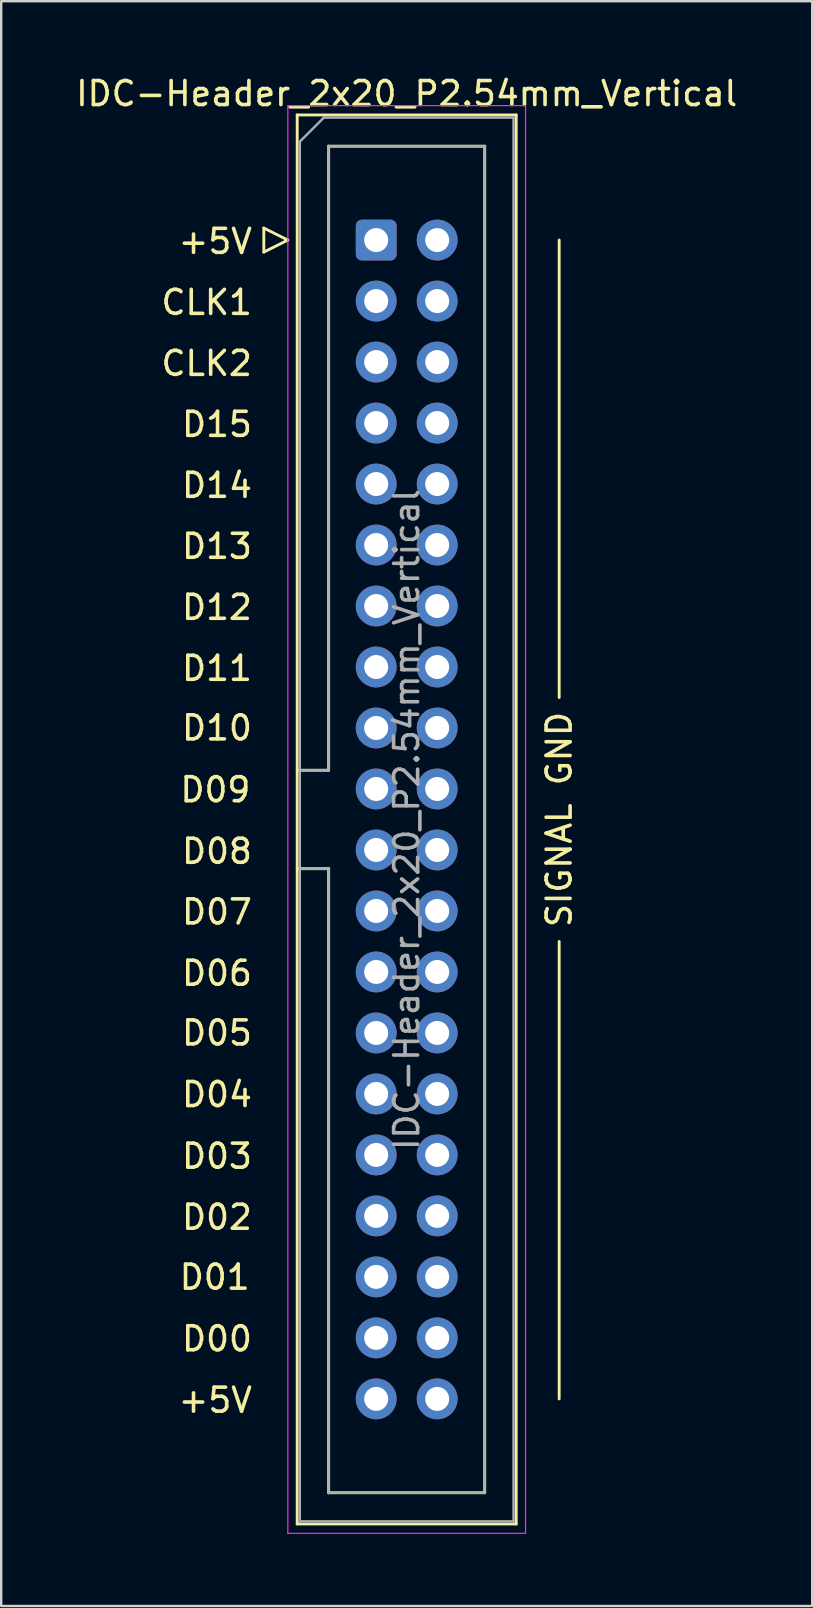
<source format=kicad_pcb>
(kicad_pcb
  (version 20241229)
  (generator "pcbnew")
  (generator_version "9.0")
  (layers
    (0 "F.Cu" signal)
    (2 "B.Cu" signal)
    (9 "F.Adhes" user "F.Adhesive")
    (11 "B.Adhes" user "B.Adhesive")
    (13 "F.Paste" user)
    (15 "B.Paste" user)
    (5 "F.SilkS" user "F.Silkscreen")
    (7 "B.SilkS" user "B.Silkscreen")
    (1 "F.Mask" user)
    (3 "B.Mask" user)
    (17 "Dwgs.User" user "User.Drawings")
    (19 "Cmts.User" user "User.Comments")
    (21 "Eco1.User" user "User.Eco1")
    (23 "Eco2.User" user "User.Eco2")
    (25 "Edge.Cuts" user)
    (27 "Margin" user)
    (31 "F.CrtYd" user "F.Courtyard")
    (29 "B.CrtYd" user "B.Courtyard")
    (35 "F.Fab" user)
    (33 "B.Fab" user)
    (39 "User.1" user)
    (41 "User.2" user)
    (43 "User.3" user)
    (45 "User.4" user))
  (footprint "IDC-Header_2x20_P2.54mm_Vertical"
    (layer "F.Cu")
    (at 12.617 6.948)
    (property "Reference" "IDC-Header_2x20_P2.54mm_Vertical" (at 1.27 -6.1 0) (layer "F.SilkS") (effects (font (size 1 1) (thickness 0.15))))
    (attr through_hole)
    (fp_line (start -4.68 -0.5) (end -4.68 0.5) (stroke (width 0.12) (type solid)) (layer "F.SilkS"))
    (fp_line (start -4.68 0.5) (end -3.68 0) (stroke (width 0.12) (type solid)) (layer "F.SilkS"))
    (fp_line (start -3.68 0) (end -4.68 -0.5) (stroke (width 0.12) (type solid)) (layer "F.SilkS"))
    (fp_line (start -3.29 -5.21) (end 5.83 -5.21) (stroke (width 0.12) (type solid)) (layer "F.SilkS"))
    (fp_line (start -3.29 22.08) (end -1.98 22.08) (stroke (width 0.12) (type solid)) (layer "F.SilkS"))
    (fp_line (start -3.29 53.47) (end -3.29 -5.21) (stroke (width 0.12) (type solid)) (layer "F.SilkS"))
    (fp_line (start -1.98 -3.91) (end 4.52 -3.91) (stroke (width 0.12) (type solid)) (layer "F.SilkS"))
    (fp_line (start -1.98 22.08) (end -1.98 -3.91) (stroke (width 0.12) (type solid)) (layer "F.SilkS"))
    (fp_line (start -1.98 26.18) (end -3.29 26.18) (stroke (width 0.12) (type solid)) (layer "F.SilkS"))
    (fp_line (start -1.98 26.18) (end -1.98 26.18) (stroke (width 0.12) (type solid)) (layer "F.SilkS"))
    (fp_line (start -1.98 52.17) (end -1.98 26.18) (stroke (width 0.12) (type solid)) (layer "F.SilkS"))
    (fp_line (start 4.52 -3.91) (end 4.52 52.17) (stroke (width 0.12) (type solid)) (layer "F.SilkS"))
    (fp_line (start 4.52 52.17) (end -1.98 52.17) (stroke (width 0.12) (type solid)) (layer "F.SilkS"))
    (fp_line (start 5.83 -5.21) (end 5.83 53.47) (stroke (width 0.12) (type solid)) (layer "F.SilkS"))
    (fp_line (start 5.83 53.47) (end -3.29 53.47) (stroke (width 0.12) (type solid)) (layer "F.SilkS"))
    (fp_line (start 7.62 19.05) (end 7.62 0) (stroke (width 0.12) (type solid)) (layer "F.SilkS"))
    (fp_line (start 7.62 29.21) (end 7.62 48.26) (stroke (width 0.12) (type solid)) (layer "F.SilkS"))
    (fp_line (start -3.68 -5.6) (end -3.68 53.86) (stroke (width 0.05) (type solid)) (layer "F.CrtYd"))
    (fp_line (start -3.68 53.86) (end 6.22 53.86) (stroke (width 0.05) (type solid)) (layer "F.CrtYd"))
    (fp_line (start 6.22 -5.6) (end -3.68 -5.6) (stroke (width 0.05) (type solid)) (layer "F.CrtYd"))
    (fp_line (start 6.22 53.86) (end 6.22 -5.6) (stroke (width 0.05) (type solid)) (layer "F.CrtYd"))
    (fp_line (start -3.18 -4.1) (end -2.18 -5.1) (stroke (width 0.1) (type solid)) (layer "F.Fab"))
    (fp_line (start -3.18 22.08) (end -1.98 22.08) (stroke (width 0.1) (type solid)) (layer "F.Fab"))
    (fp_line (start -3.18 53.36) (end -3.18 -4.1) (stroke (width 0.1) (type solid)) (layer "F.Fab"))
    (fp_line (start -2.18 -5.1) (end 5.72 -5.1) (stroke (width 0.1) (type solid)) (layer "F.Fab"))
    (fp_line (start -1.98 -3.91) (end 4.52 -3.91) (stroke (width 0.1) (type solid)) (layer "F.Fab"))
    (fp_line (start -1.98 22.08) (end -1.98 -3.91) (stroke (width 0.1) (type solid)) (layer "F.Fab"))
    (fp_line (start -1.98 26.18) (end -3.18 26.18) (stroke (width 0.1) (type solid)) (layer "F.Fab"))
    (fp_line (start -1.98 26.18) (end -1.98 26.18) (stroke (width 0.1) (type solid)) (layer "F.Fab"))
    (fp_line (start -1.98 52.17) (end -1.98 26.18) (stroke (width 0.1) (type solid)) (layer "F.Fab"))
    (fp_line (start 4.52 -3.91) (end 4.52 52.17) (stroke (width 0.1) (type solid)) (layer "F.Fab"))
    (fp_line (start 4.52 52.17) (end -1.98 52.17) (stroke (width 0.1) (type solid)) (layer "F.Fab"))
    (fp_line (start 5.72 -5.1) (end 5.72 53.36) (stroke (width 0.1) (type solid)) (layer "F.Fab"))
    (fp_line (start 5.72 53.36) (end -3.18 53.36) (stroke (width 0.1) (type solid)) (layer "F.Fab"))
    (fp_text user "D02" (at -5.08 40.696 0) (unlocked yes) (layer "F.SilkS") (effects (font (size 1 1) (thickness 0.15)) (justify right)))
    (fp_text user "D11" (at -5.08 17.836 0) (unlocked yes) (layer "F.SilkS") (effects (font (size 1 1) (thickness 0.15)) (justify right)))
    (fp_text user "D00" (at -5.08 45.759 0) (unlocked yes) (layer "F.SilkS") (effects (font (size 1 1) (thickness 0.15)) (justify right)))
    (fp_text user "SIGNAL GND" (at 7.62 24.13 90) (unlocked yes) (layer "F.SilkS") (effects (font (size 1 1) (thickness 0.15))))
    (fp_text user "D04" (at -5.08 35.587 0) (unlocked yes) (layer "F.SilkS") (effects (font (size 1 1) (thickness 0.15)) (justify right)))
    (fp_text user "D08" (at -5.08 25.456 0) (unlocked yes) (layer "F.SilkS") (effects (font (size 1 1) (thickness 0.15)) (justify right)))
    (fp_text user "D07" (at -5.08 27.982 0) (unlocked yes) (layer "F.SilkS") (effects (font (size 1 1) (thickness 0.15)) (justify right)))
    (fp_text user "D01" (at -5.175 43.192 0) (unlocked yes) (layer "F.SilkS") (effects (font (size 1 1) (thickness 0.15)) (justify right)))
    (fp_text user "D15" (at -5.08 7.676 0) (unlocked yes) (layer "F.SilkS") (effects (font (size 1 1) (thickness 0.15)) (justify right)))
    (fp_text user "D09" (at -5.146 22.892 0) (unlocked yes) (layer "F.SilkS") (effects (font (size 1 1) (thickness 0.15)) (justify right)))
    (fp_text user "CLK2" (at -5.08 5.136 0) (unlocked yes) (layer "F.SilkS") (effects (font (size 1 1) (thickness 0.15)) (justify right)))
    (fp_text user "+5V" (at -5.08 48.316 0) (unlocked yes) (layer "F.SilkS") (effects (font (size 1 1) (thickness 0.15)) (justify right)))
    (fp_text user "D03" (at -5.08 38.153 0) (unlocked yes) (layer "F.SilkS") (effects (font (size 1 1) (thickness 0.15)) (justify right)))
    (fp_text user "D14" (at -5.08 10.216 0) (unlocked yes) (layer "F.SilkS") (effects (font (size 1 1) (thickness 0.15)) (justify right)))
    (fp_text user "+5V" (at -5.08 0.056 0) (unlocked yes) (layer "F.SilkS") (effects (font (size 1 1) (thickness 0.15)) (justify right)))
    (fp_text user "D12" (at -5.08 15.296 0) (unlocked yes) (layer "F.SilkS") (effects (font (size 1 1) (thickness 0.15)) (justify right)))
    (fp_text user "CLK1" (at -5.08 2.596 0) (unlocked yes) (layer "F.SilkS") (effects (font (size 1 1) (thickness 0.15)) (justify right)))
    (fp_text user "D06" (at -5.08 30.536 0) (unlocked yes) (layer "F.SilkS") (effects (font (size 1 1) (thickness 0.15)) (justify right)))
    (fp_text user "D10" (at -5.08 20.317 0) (unlocked yes) (layer "F.SilkS") (effects (font (size 1 1) (thickness 0.15)) (justify right)))
    (fp_text user "D13" (at -5.08 12.756 0) (unlocked yes) (layer "F.SilkS") (effects (font (size 1 1) (thickness 0.15)) (justify right)))
    (fp_text user "D05" (at -5.08 33.02 0) (unlocked yes) (layer "F.SilkS") (effects (font (size 1 1) (thickness 0.15)) (justify right)))
    (fp_text user "${REFERENCE}" (at 1.27 24.13 90) (layer "F.Fab") (effects (font (size 1 1) (thickness 0.15))))
    (pad "1" thru_hole roundrect (at 0 0) (size 1.7 1.7) (drill 1) (layers "*.Cu" "*.Mask") (roundrect_rratio 0.147))
    (pad "2" thru_hole circle (at 2.54 0) (size 1.7 1.7) (drill 1) (layers "*.Cu" "*.Mask"))
    (pad "3" thru_hole circle (at 0 2.54) (size 1.7 1.7) (drill 1) (layers "*.Cu" "*.Mask"))
    (pad "4" thru_hole circle (at 2.54 2.54) (size 1.7 1.7) (drill 1) (layers "*.Cu" "*.Mask"))
    (pad "5" thru_hole circle (at 0 5.08) (size 1.7 1.7) (drill 1) (layers "*.Cu" "*.Mask"))
    (pad "6" thru_hole circle (at 2.54 5.08) (size 1.7 1.7) (drill 1) (layers "*.Cu" "*.Mask"))
    (pad "7" thru_hole circle (at 0 7.62) (size 1.7 1.7) (drill 1) (layers "*.Cu" "*.Mask"))
    (pad "8" thru_hole circle (at 2.54 7.62) (size 1.7 1.7) (drill 1) (layers "*.Cu" "*.Mask"))
    (pad "9" thru_hole circle (at 0 10.16) (size 1.7 1.7) (drill 1) (layers "*.Cu" "*.Mask"))
    (pad "10" thru_hole circle (at 2.54 10.16) (size 1.7 1.7) (drill 1) (layers "*.Cu" "*.Mask"))
    (pad "11" thru_hole circle (at 0 12.7) (size 1.7 1.7) (drill 1) (layers "*.Cu" "*.Mask"))
    (pad "12" thru_hole circle (at 2.54 12.7) (size 1.7 1.7) (drill 1) (layers "*.Cu" "*.Mask"))
    (pad "13" thru_hole circle (at 0 15.24) (size 1.7 1.7) (drill 1) (layers "*.Cu" "*.Mask"))
    (pad "14" thru_hole circle (at 2.54 15.24) (size 1.7 1.7) (drill 1) (layers "*.Cu" "*.Mask"))
    (pad "15" thru_hole circle (at 0 17.78) (size 1.7 1.7) (drill 1) (layers "*.Cu" "*.Mask"))
    (pad "16" thru_hole circle (at 2.54 17.78) (size 1.7 1.7) (drill 1) (layers "*.Cu" "*.Mask"))
    (pad "17" thru_hole circle (at 0 20.32) (size 1.7 1.7) (drill 1) (layers "*.Cu" "*.Mask"))
    (pad "18" thru_hole circle (at 2.54 20.32) (size 1.7 1.7) (drill 1) (layers "*.Cu" "*.Mask"))
    (pad "19" thru_hole circle (at 0 22.86) (size 1.7 1.7) (drill 1) (layers "*.Cu" "*.Mask"))
    (pad "20" thru_hole circle (at 2.54 22.86) (size 1.7 1.7) (drill 1) (layers "*.Cu" "*.Mask"))
    (pad "21" thru_hole circle (at 0 25.4) (size 1.7 1.7) (drill 1) (layers "*.Cu" "*.Mask"))
    (pad "22" thru_hole circle (at 2.54 25.4) (size 1.7 1.7) (drill 1) (layers "*.Cu" "*.Mask"))
    (pad "23" thru_hole circle (at 0 27.94) (size 1.7 1.7) (drill 1) (layers "*.Cu" "*.Mask"))
    (pad "24" thru_hole circle (at 2.54 27.94) (size 1.7 1.7) (drill 1) (layers "*.Cu" "*.Mask"))
    (pad "25" thru_hole circle (at 0 30.48) (size 1.7 1.7) (drill 1) (layers "*.Cu" "*.Mask"))
    (pad "26" thru_hole circle (at 2.54 30.48) (size 1.7 1.7) (drill 1) (layers "*.Cu" "*.Mask"))
    (pad "27" thru_hole circle (at 0 33.02) (size 1.7 1.7) (drill 1) (layers "*.Cu" "*.Mask"))
    (pad "28" thru_hole circle (at 2.54 33.02) (size 1.7 1.7) (drill 1) (layers "*.Cu" "*.Mask"))
    (pad "29" thru_hole circle (at 0 35.56) (size 1.7 1.7) (drill 1) (layers "*.Cu" "*.Mask"))
    (pad "30" thru_hole circle (at 2.54 35.56) (size 1.7 1.7) (drill 1) (layers "*.Cu" "*.Mask"))
    (pad "31" thru_hole circle (at 0 38.1) (size 1.7 1.7) (drill 1) (layers "*.Cu" "*.Mask"))
    (pad "32" thru_hole circle (at 2.54 38.1) (size 1.7 1.7) (drill 1) (layers "*.Cu" "*.Mask"))
    (pad "33" thru_hole circle (at 0 40.64) (size 1.7 1.7) (drill 1) (layers "*.Cu" "*.Mask"))
    (pad "34" thru_hole circle (at 2.54 40.64) (size 1.7 1.7) (drill 1) (layers "*.Cu" "*.Mask"))
    (pad "35" thru_hole circle (at 0 43.18) (size 1.7 1.7) (drill 1) (layers "*.Cu" "*.Mask"))
    (pad "36" thru_hole circle (at 2.54 43.18) (size 1.7 1.7) (drill 1) (layers "*.Cu" "*.Mask"))
    (pad "37" thru_hole circle (at 0 45.72) (size 1.7 1.7) (drill 1) (layers "*.Cu" "*.Mask"))
    (pad "38" thru_hole circle (at 2.54 45.72) (size 1.7 1.7) (drill 1) (layers "*.Cu" "*.Mask"))
    (pad "39" thru_hole circle (at 0 48.26) (size 1.7 1.7) (drill 1) (layers "*.Cu" "*.Mask"))
    (pad "40" thru_hole circle (at 2.54 48.26) (size 1.7 1.7) (drill 1) (layers "*.Cu" "*.Mask")))
  (gr_rect
    (start -3 -3)
    (end 30.774 63.833)
    (stroke (width 0.1) (type default))
    (fill no)
    (layer "Edge.Cuts")))
</source>
